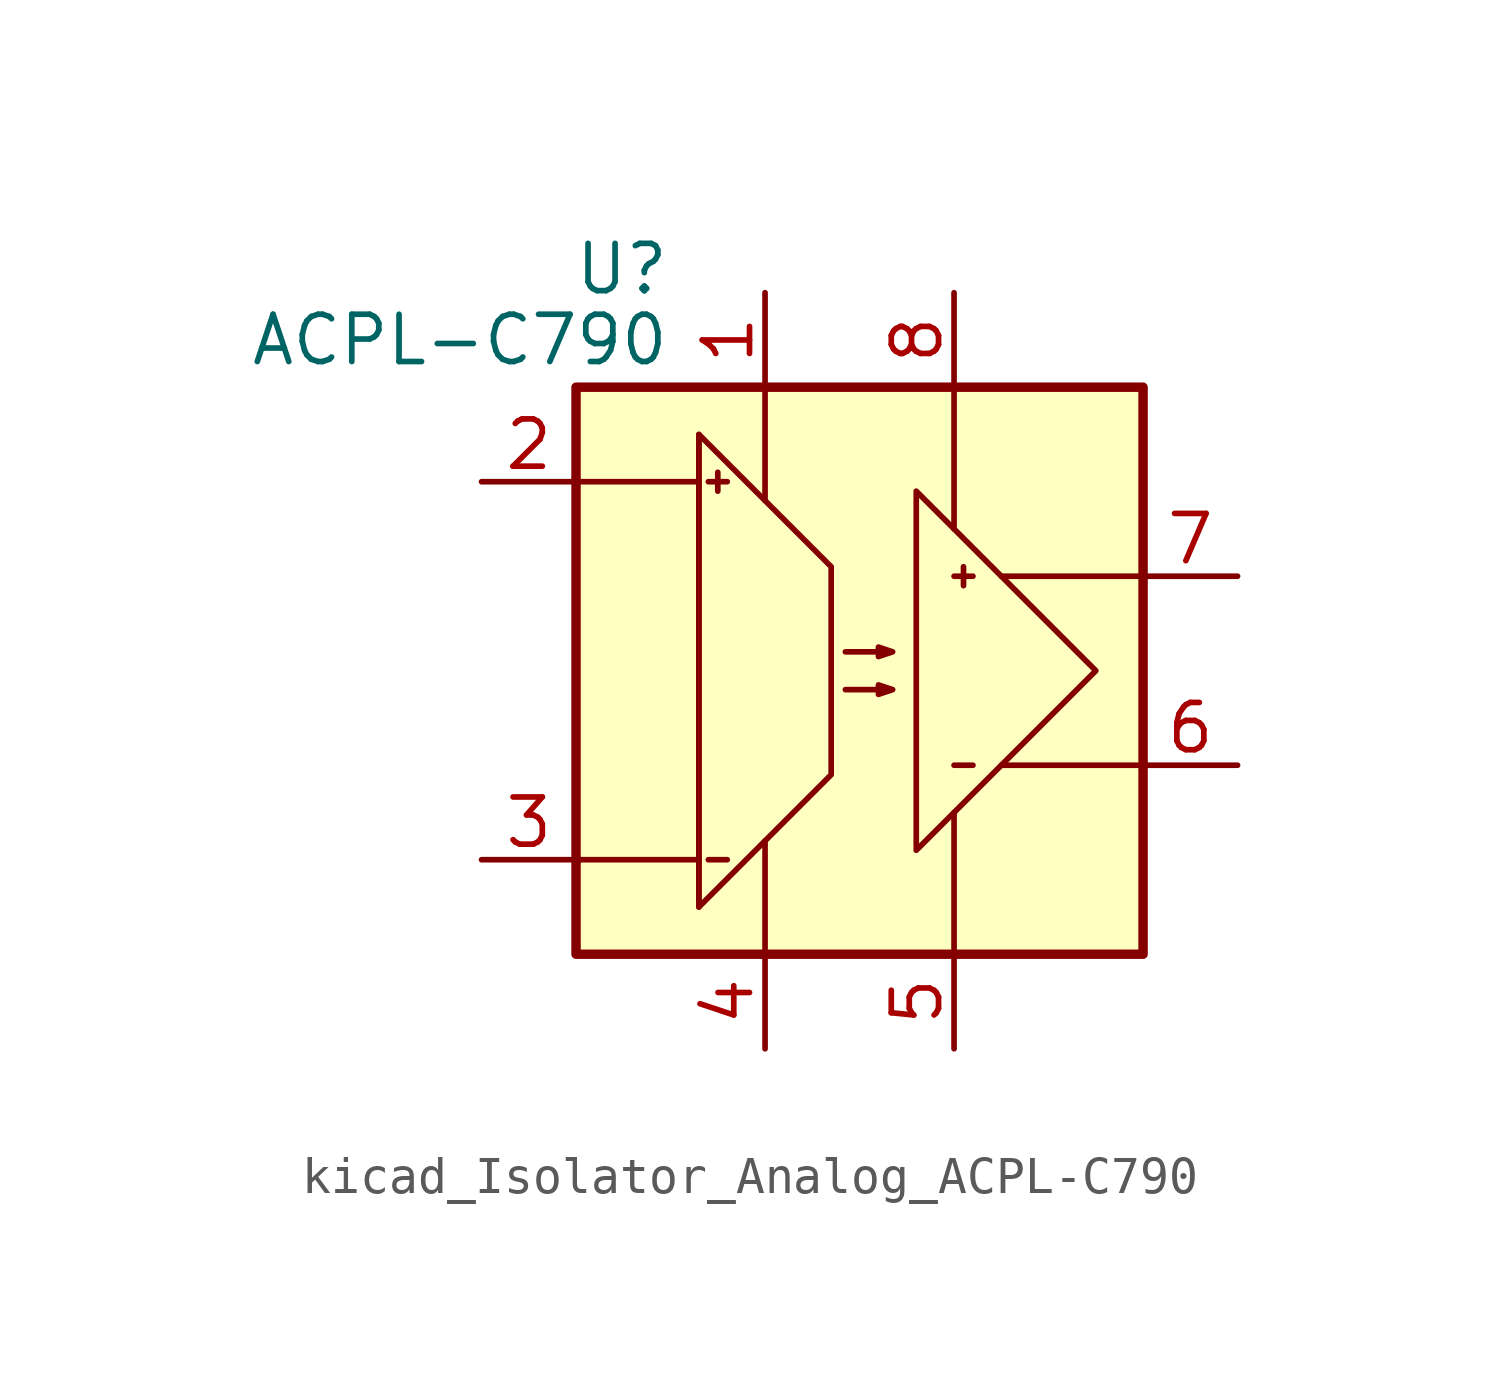
<source format=kicad_sym>
(kicad_symbol_lib
  (version 20220914)
  (generator kicad_symbol_editor)
  (symbol "kicad_Isolator_Analog_ACPL-C790"
    (pin_names
      (offset 0) hide)
    (property "Reference" "U"
      (at -5.08 10.795 0)
      (effects (font (size 1.27 1.27)) (justify right)))
    (property "Value" "ACPL-C790"
      (at -5.08 8.89 0)
      (effects (font (size 1.27 1.27)) (justify right)))
    (symbol "kicad_Isolator_Analog_ACPL-C790_0_1"
      (rectangle (start -7.62 7.62) (end 7.62 -7.62) (stroke (width 0.254) (type default)) (fill (type background)))
      (polyline (pts (xy -7.62 -5.08) (xy -4.318 -5.08)) (stroke (width 0) (type default)) (fill (type none)))
      (polyline (pts (xy -7.62 5.08) (xy -4.318 5.08)) (stroke (width 0) (type default)) (fill (type none)))
      (polyline (pts (xy -4.318 6.35) (xy -4.318 -6.35)) (stroke (width 0) (type default)) (fill (type none)))
      (polyline (pts (xy -4.064 -5.08) (xy -3.556 -5.08)) (stroke (width 0) (type default)) (fill (type none)))
      (polyline (pts (xy -4.064 5.08) (xy -3.556 5.08)) (stroke (width 0) (type default)) (fill (type none)))
      (polyline (pts (xy -3.81 5.334) (xy -3.81 4.826)) (stroke (width 0) (type default)) (fill (type none)))
      (polyline (pts (xy -2.54 -7.62) (xy -2.54 -4.572)) (stroke (width 0) (type default)) (fill (type none)))
      (polyline (pts (xy -2.54 7.62) (xy -2.54 4.572)) (stroke (width 0) (type default)) (fill (type none)))
      (polyline (pts (xy 2.54 -7.62) (xy 2.54 -3.81)) (stroke (width 0) (type default)) (fill (type none)))
      (polyline (pts (xy 2.54 7.62) (xy 2.54 3.81)) (stroke (width 0) (type default)) (fill (type none)))
      (polyline (pts (xy 2.794 2.794) (xy 2.794 2.286)) (stroke (width 0) (type default)) (fill (type none)))
      (polyline (pts (xy 3.048 -2.54) (xy 2.54 -2.54)) (stroke (width 0) (type default)) (fill (type none)))
      (polyline (pts (xy 3.048 2.54) (xy 2.54 2.54)) (stroke (width 0) (type default)) (fill (type none)))
      (polyline (pts (xy 7.62 -2.54) (xy 3.81 -2.54)) (stroke (width 0) (type default)) (fill (type none)))
      (polyline (pts (xy 7.62 2.54) (xy 3.81 2.54)) (stroke (width 0) (type default)) (fill (type none)))
      (polyline (pts (xy 6.35 0) (xy 1.524 -4.826) (xy 1.524 4.826) (xy 6.35 0)) (stroke (width 0) (type default)) (fill (type none)))
      (polyline (pts (xy -4.318 -6.35) (xy -0.762 -2.794) (xy -0.762 2.794) (xy -4.318 6.35) (xy -4.318 -6.35)) (stroke (width 0) (type default)) (fill (type none)))
      (polyline (pts (xy -0.381 -0.508) (xy 0.889 -0.508) (xy 0.508 -0.635) (xy 0.508 -0.381) (xy 0.889 -0.508)) (stroke (width 0) (type default)) (fill (type none)))
      (polyline (pts (xy -0.381 0.508) (xy 0.889 0.508) (xy 0.508 0.381) (xy 0.508 0.635) (xy 0.889 0.508)) (stroke (width 0) (type default)) (fill (type none))))
    (symbol "kicad_Isolator_Analog_ACPL-C790_1_1"
      (pin power_in line (at -2.54 10.16 270) (length 2.54) (name "VDD1" (effects (font (size 1.27 1.27)))) (number "1" (effects (font (size 1.27 1.27)))))
      (pin input line (at -10.16 5.08 0) (length 2.54) (name "IN+" (effects (font (size 1.27 1.27)))) (number "2" (effects (font (size 1.27 1.27)))))
      (pin input line (at -10.16 -5.08 0) (length 2.54) (name "IN-" (effects (font (size 1.27 1.27)))) (number "3" (effects (font (size 1.27 1.27)))))
      (pin power_in line (at -2.54 -10.16 90) (length 2.54) (name "GND1" (effects (font (size 1.27 1.27)))) (number "4" (effects (font (size 1.27 1.27)))))
      (pin power_in line (at 2.54 -10.16 90) (length 2.54) (name "GND2" (effects (font (size 1.27 1.27)))) (number "5" (effects (font (size 1.27 1.27)))))
      (pin output line (at 10.16 -2.54 180) (length 2.54) (name "OUT-" (effects (font (size 1.27 1.27)))) (number "6" (effects (font (size 1.27 1.27)))))
      (pin output line (at 10.16 2.54 180) (length 2.54) (name "OUT+" (effects (font (size 1.27 1.27)))) (number "7" (effects (font (size 1.27 1.27)))))
      (pin power_in line (at 2.54 10.16 270) (length 2.54) (name "VDD2" (effects (font (size 1.27 1.27)))) (number "8" (effects (font (size 1.27 1.27))))))))
</source>
